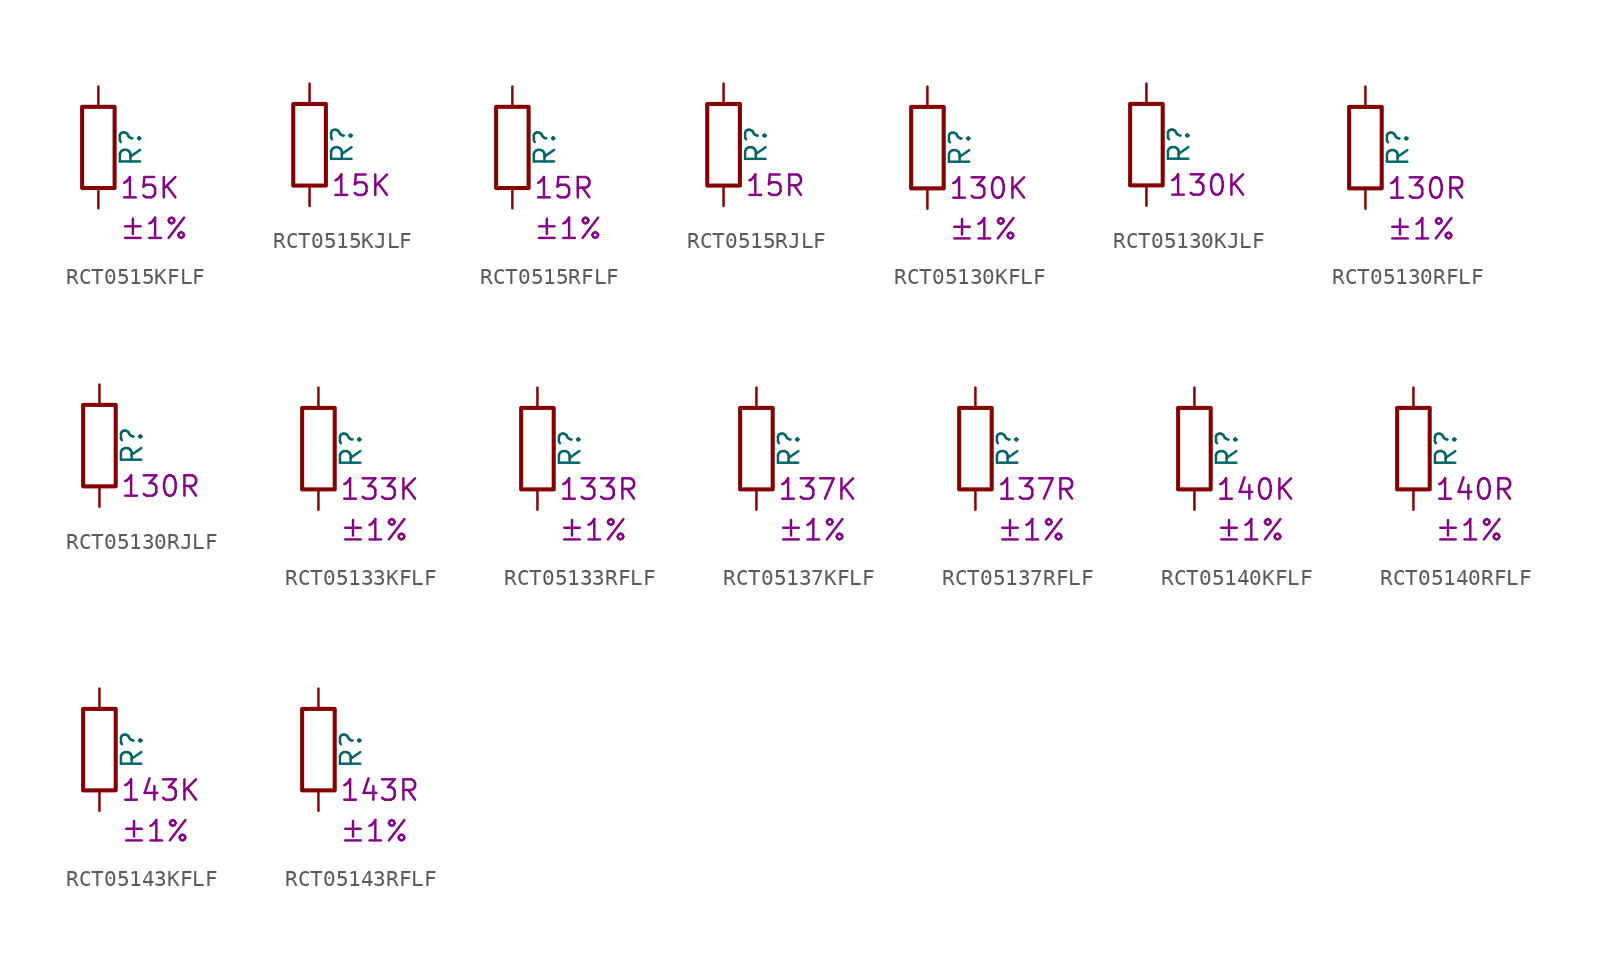
<source format=kicad_sym>
(kicad_symbol_lib
  (version 20220914)
  (generator kicad_symbol_editor)
  (symbol "RCT0515KFLF"
    (pin_numbers hide)
    (pin_names
      (offset 0))
    (property "Reference" "R"
      (at 2.032 0 90)
      (effects (font (size 1.27 1.27))))
    (property "Resistance" "15K"
      (at 1.27 -2.54 0)
      (effects (font (size 1.27 1.27)) (justify left)))
    (property "Tolerance" "±1%"
      (at 1.27 -5.08 0)
      (effects (font (size 1.27 1.27)) (justify left)))
    (symbol "RCT0515KFLF_0_1"
      (rectangle (start -1.016 -2.54) (end 1.016 2.54) (stroke (width 0.254) (type default)) (fill (type none))))
    (symbol "RCT0515KFLF_1_1"
      (pin passive line (at 0 3.81 270) (length 1.27) (name "~" (effects (font (size 1.27 1.27)))) (number "1" (effects (font (size 1.27 1.27)))))
      (pin passive line (at 0 -3.81 90) (length 1.27) (name "~" (effects (font (size 1.27 1.27)))) (number "2" (effects (font (size 1.27 1.27)))))))
  (symbol "RCT0515KJLF"
    (pin_numbers hide)
    (pin_names
      (offset 0))
    (property "Reference" "R"
      (at 2.032 0 90)
      (effects (font (size 1.27 1.27))))
    (property "Resistance" "15K"
      (at 1.27 -2.54 0)
      (effects (font (size 1.27 1.27)) (justify left)))
    (symbol "RCT0515KJLF_0_1"
      (rectangle (start -1.016 -2.54) (end 1.016 2.54) (stroke (width 0.254) (type default)) (fill (type none))))
    (symbol "RCT0515KJLF_1_1"
      (pin passive line (at 0 3.81 270) (length 1.27) (name "~" (effects (font (size 1.27 1.27)))) (number "1" (effects (font (size 1.27 1.27)))))
      (pin passive line (at 0 -3.81 90) (length 1.27) (name "~" (effects (font (size 1.27 1.27)))) (number "2" (effects (font (size 1.27 1.27)))))))
  (symbol "RCT0515RFLF"
    (pin_numbers hide)
    (pin_names
      (offset 0))
    (property "Reference" "R"
      (at 2.032 0 90)
      (effects (font (size 1.27 1.27))))
    (property "Resistance" "15R"
      (at 1.27 -2.54 0)
      (effects (font (size 1.27 1.27)) (justify left)))
    (property "Tolerance" "±1%"
      (at 1.27 -5.08 0)
      (effects (font (size 1.27 1.27)) (justify left)))
    (symbol "RCT0515RFLF_0_1"
      (rectangle (start -1.016 -2.54) (end 1.016 2.54) (stroke (width 0.254) (type default)) (fill (type none))))
    (symbol "RCT0515RFLF_1_1"
      (pin passive line (at 0 3.81 270) (length 1.27) (name "~" (effects (font (size 1.27 1.27)))) (number "1" (effects (font (size 1.27 1.27)))))
      (pin passive line (at 0 -3.81 90) (length 1.27) (name "~" (effects (font (size 1.27 1.27)))) (number "2" (effects (font (size 1.27 1.27)))))))
  (symbol "RCT0515RJLF"
    (pin_numbers hide)
    (pin_names
      (offset 0))
    (property "Reference" "R"
      (at 2.032 0 90)
      (effects (font (size 1.27 1.27))))
    (property "Resistance" "15R"
      (at 1.27 -2.54 0)
      (effects (font (size 1.27 1.27)) (justify left)))
    (symbol "RCT0515RJLF_0_1"
      (rectangle (start -1.016 -2.54) (end 1.016 2.54) (stroke (width 0.254) (type default)) (fill (type none))))
    (symbol "RCT0515RJLF_1_1"
      (pin passive line (at 0 3.81 270) (length 1.27) (name "~" (effects (font (size 1.27 1.27)))) (number "1" (effects (font (size 1.27 1.27)))))
      (pin passive line (at 0 -3.81 90) (length 1.27) (name "~" (effects (font (size 1.27 1.27)))) (number "2" (effects (font (size 1.27 1.27)))))))
  (symbol "RCT05130KFLF"
    (pin_numbers hide)
    (pin_names
      (offset 0))
    (property "Reference" "R"
      (at 2.032 0 90)
      (effects (font (size 1.27 1.27))))
    (property "Resistance" "130K"
      (at 1.27 -2.54 0)
      (effects (font (size 1.27 1.27)) (justify left)))
    (property "Tolerance" "±1%"
      (at 1.27 -5.08 0)
      (effects (font (size 1.27 1.27)) (justify left)))
    (symbol "RCT05130KFLF_0_1"
      (rectangle (start -1.016 -2.54) (end 1.016 2.54) (stroke (width 0.254) (type default)) (fill (type none))))
    (symbol "RCT05130KFLF_1_1"
      (pin passive line (at 0 3.81 270) (length 1.27) (name "~" (effects (font (size 1.27 1.27)))) (number "1" (effects (font (size 1.27 1.27)))))
      (pin passive line (at 0 -3.81 90) (length 1.27) (name "~" (effects (font (size 1.27 1.27)))) (number "2" (effects (font (size 1.27 1.27)))))))
  (symbol "RCT05130KJLF"
    (pin_numbers hide)
    (pin_names
      (offset 0))
    (property "Reference" "R"
      (at 2.032 0 90)
      (effects (font (size 1.27 1.27))))
    (property "Resistance" "130K"
      (at 1.27 -2.54 0)
      (effects (font (size 1.27 1.27)) (justify left)))
    (symbol "RCT05130KJLF_0_1"
      (rectangle (start -1.016 -2.54) (end 1.016 2.54) (stroke (width 0.254) (type default)) (fill (type none))))
    (symbol "RCT05130KJLF_1_1"
      (pin passive line (at 0 3.81 270) (length 1.27) (name "~" (effects (font (size 1.27 1.27)))) (number "1" (effects (font (size 1.27 1.27)))))
      (pin passive line (at 0 -3.81 90) (length 1.27) (name "~" (effects (font (size 1.27 1.27)))) (number "2" (effects (font (size 1.27 1.27)))))))
  (symbol "RCT05130RFLF"
    (pin_numbers hide)
    (pin_names
      (offset 0))
    (property "Reference" "R"
      (at 2.032 0 90)
      (effects (font (size 1.27 1.27))))
    (property "Resistance" "130R"
      (at 1.27 -2.54 0)
      (effects (font (size 1.27 1.27)) (justify left)))
    (property "Tolerance" "±1%"
      (at 1.27 -5.08 0)
      (effects (font (size 1.27 1.27)) (justify left)))
    (symbol "RCT05130RFLF_0_1"
      (rectangle (start -1.016 -2.54) (end 1.016 2.54) (stroke (width 0.254) (type default)) (fill (type none))))
    (symbol "RCT05130RFLF_1_1"
      (pin passive line (at 0 3.81 270) (length 1.27) (name "~" (effects (font (size 1.27 1.27)))) (number "1" (effects (font (size 1.27 1.27)))))
      (pin passive line (at 0 -3.81 90) (length 1.27) (name "~" (effects (font (size 1.27 1.27)))) (number "2" (effects (font (size 1.27 1.27)))))))
  (symbol "RCT05130RJLF"
    (pin_numbers hide)
    (pin_names
      (offset 0))
    (property "Reference" "R"
      (at 2.032 0 90)
      (effects (font (size 1.27 1.27))))
    (property "Resistance" "130R"
      (at 1.27 -2.54 0)
      (effects (font (size 1.27 1.27)) (justify left)))
    (symbol "RCT05130RJLF_0_1"
      (rectangle (start -1.016 -2.54) (end 1.016 2.54) (stroke (width 0.254) (type default)) (fill (type none))))
    (symbol "RCT05130RJLF_1_1"
      (pin passive line (at 0 3.81 270) (length 1.27) (name "~" (effects (font (size 1.27 1.27)))) (number "1" (effects (font (size 1.27 1.27)))))
      (pin passive line (at 0 -3.81 90) (length 1.27) (name "~" (effects (font (size 1.27 1.27)))) (number "2" (effects (font (size 1.27 1.27)))))))
  (symbol "RCT05133KFLF"
    (pin_numbers hide)
    (pin_names
      (offset 0))
    (property "Reference" "R"
      (at 2.032 0 90)
      (effects (font (size 1.27 1.27))))
    (property "Resistance" "133K"
      (at 1.27 -2.54 0)
      (effects (font (size 1.27 1.27)) (justify left)))
    (property "Tolerance" "±1%"
      (at 1.27 -5.08 0)
      (effects (font (size 1.27 1.27)) (justify left)))
    (symbol "RCT05133KFLF_0_1"
      (rectangle (start -1.016 -2.54) (end 1.016 2.54) (stroke (width 0.254) (type default)) (fill (type none))))
    (symbol "RCT05133KFLF_1_1"
      (pin passive line (at 0 3.81 270) (length 1.27) (name "~" (effects (font (size 1.27 1.27)))) (number "1" (effects (font (size 1.27 1.27)))))
      (pin passive line (at 0 -3.81 90) (length 1.27) (name "~" (effects (font (size 1.27 1.27)))) (number "2" (effects (font (size 1.27 1.27)))))))
  (symbol "RCT05133RFLF"
    (pin_numbers hide)
    (pin_names
      (offset 0))
    (property "Reference" "R"
      (at 2.032 0 90)
      (effects (font (size 1.27 1.27))))
    (property "Resistance" "133R"
      (at 1.27 -2.54 0)
      (effects (font (size 1.27 1.27)) (justify left)))
    (property "Tolerance" "±1%"
      (at 1.27 -5.08 0)
      (effects (font (size 1.27 1.27)) (justify left)))
    (symbol "RCT05133RFLF_0_1"
      (rectangle (start -1.016 -2.54) (end 1.016 2.54) (stroke (width 0.254) (type default)) (fill (type none))))
    (symbol "RCT05133RFLF_1_1"
      (pin passive line (at 0 3.81 270) (length 1.27) (name "~" (effects (font (size 1.27 1.27)))) (number "1" (effects (font (size 1.27 1.27)))))
      (pin passive line (at 0 -3.81 90) (length 1.27) (name "~" (effects (font (size 1.27 1.27)))) (number "2" (effects (font (size 1.27 1.27)))))))
  (symbol "RCT05137KFLF"
    (pin_numbers hide)
    (pin_names
      (offset 0))
    (property "Reference" "R"
      (at 2.032 0 90)
      (effects (font (size 1.27 1.27))))
    (property "Resistance" "137K"
      (at 1.27 -2.54 0)
      (effects (font (size 1.27 1.27)) (justify left)))
    (property "Tolerance" "±1%"
      (at 1.27 -5.08 0)
      (effects (font (size 1.27 1.27)) (justify left)))
    (symbol "RCT05137KFLF_0_1"
      (rectangle (start -1.016 -2.54) (end 1.016 2.54) (stroke (width 0.254) (type default)) (fill (type none))))
    (symbol "RCT05137KFLF_1_1"
      (pin passive line (at 0 3.81 270) (length 1.27) (name "~" (effects (font (size 1.27 1.27)))) (number "1" (effects (font (size 1.27 1.27)))))
      (pin passive line (at 0 -3.81 90) (length 1.27) (name "~" (effects (font (size 1.27 1.27)))) (number "2" (effects (font (size 1.27 1.27)))))))
  (symbol "RCT05137RFLF"
    (pin_numbers hide)
    (pin_names
      (offset 0))
    (property "Reference" "R"
      (at 2.032 0 90)
      (effects (font (size 1.27 1.27))))
    (property "Resistance" "137R"
      (at 1.27 -2.54 0)
      (effects (font (size 1.27 1.27)) (justify left)))
    (property "Tolerance" "±1%"
      (at 1.27 -5.08 0)
      (effects (font (size 1.27 1.27)) (justify left)))
    (symbol "RCT05137RFLF_0_1"
      (rectangle (start -1.016 -2.54) (end 1.016 2.54) (stroke (width 0.254) (type default)) (fill (type none))))
    (symbol "RCT05137RFLF_1_1"
      (pin passive line (at 0 3.81 270) (length 1.27) (name "~" (effects (font (size 1.27 1.27)))) (number "1" (effects (font (size 1.27 1.27)))))
      (pin passive line (at 0 -3.81 90) (length 1.27) (name "~" (effects (font (size 1.27 1.27)))) (number "2" (effects (font (size 1.27 1.27)))))))
  (symbol "RCT05140KFLF"
    (pin_numbers hide)
    (pin_names
      (offset 0))
    (property "Reference" "R"
      (at 2.032 0 90)
      (effects (font (size 1.27 1.27))))
    (property "Resistance" "140K"
      (at 1.27 -2.54 0)
      (effects (font (size 1.27 1.27)) (justify left)))
    (property "Tolerance" "±1%"
      (at 1.27 -5.08 0)
      (effects (font (size 1.27 1.27)) (justify left)))
    (symbol "RCT05140KFLF_0_1"
      (rectangle (start -1.016 -2.54) (end 1.016 2.54) (stroke (width 0.254) (type default)) (fill (type none))))
    (symbol "RCT05140KFLF_1_1"
      (pin passive line (at 0 3.81 270) (length 1.27) (name "~" (effects (font (size 1.27 1.27)))) (number "1" (effects (font (size 1.27 1.27)))))
      (pin passive line (at 0 -3.81 90) (length 1.27) (name "~" (effects (font (size 1.27 1.27)))) (number "2" (effects (font (size 1.27 1.27)))))))
  (symbol "RCT05140RFLF"
    (pin_numbers hide)
    (pin_names
      (offset 0))
    (property "Reference" "R"
      (at 2.032 0 90)
      (effects (font (size 1.27 1.27))))
    (property "Resistance" "140R"
      (at 1.27 -2.54 0)
      (effects (font (size 1.27 1.27)) (justify left)))
    (property "Tolerance" "±1%"
      (at 1.27 -5.08 0)
      (effects (font (size 1.27 1.27)) (justify left)))
    (symbol "RCT05140RFLF_0_1"
      (rectangle (start -1.016 -2.54) (end 1.016 2.54) (stroke (width 0.254) (type default)) (fill (type none))))
    (symbol "RCT05140RFLF_1_1"
      (pin passive line (at 0 3.81 270) (length 1.27) (name "~" (effects (font (size 1.27 1.27)))) (number "1" (effects (font (size 1.27 1.27)))))
      (pin passive line (at 0 -3.81 90) (length 1.27) (name "~" (effects (font (size 1.27 1.27)))) (number "2" (effects (font (size 1.27 1.27)))))))
  (symbol "RCT05143KFLF"
    (pin_numbers hide)
    (pin_names
      (offset 0))
    (property "Reference" "R"
      (at 2.032 0 90)
      (effects (font (size 1.27 1.27))))
    (property "Resistance" "143K"
      (at 1.27 -2.54 0)
      (effects (font (size 1.27 1.27)) (justify left)))
    (property "Tolerance" "±1%"
      (at 1.27 -5.08 0)
      (effects (font (size 1.27 1.27)) (justify left)))
    (symbol "RCT05143KFLF_0_1"
      (rectangle (start -1.016 -2.54) (end 1.016 2.54) (stroke (width 0.254) (type default)) (fill (type none))))
    (symbol "RCT05143KFLF_1_1"
      (pin passive line (at 0 3.81 270) (length 1.27) (name "~" (effects (font (size 1.27 1.27)))) (number "1" (effects (font (size 1.27 1.27)))))
      (pin passive line (at 0 -3.81 90) (length 1.27) (name "~" (effects (font (size 1.27 1.27)))) (number "2" (effects (font (size 1.27 1.27)))))))
  (symbol "RCT05143RFLF"
    (pin_numbers hide)
    (pin_names
      (offset 0))
    (property "Reference" "R"
      (at 2.032 0 90)
      (effects (font (size 1.27 1.27))))
    (property "Resistance" "143R"
      (at 1.27 -2.54 0)
      (effects (font (size 1.27 1.27)) (justify left)))
    (property "Tolerance" "±1%"
      (at 1.27 -5.08 0)
      (effects (font (size 1.27 1.27)) (justify left)))
    (symbol "RCT05143RFLF_0_1"
      (rectangle (start -1.016 -2.54) (end 1.016 2.54) (stroke (width 0.254) (type default)) (fill (type none))))
    (symbol "RCT05143RFLF_1_1"
      (pin passive line (at 0 3.81 270) (length 1.27) (name "~" (effects (font (size 1.27 1.27)))) (number "1" (effects (font (size 1.27 1.27)))))
      (pin passive line (at 0 -3.81 90) (length 1.27) (name "~" (effects (font (size 1.27 1.27)))) (number "2" (effects (font (size 1.27 1.27))))))))
</source>
